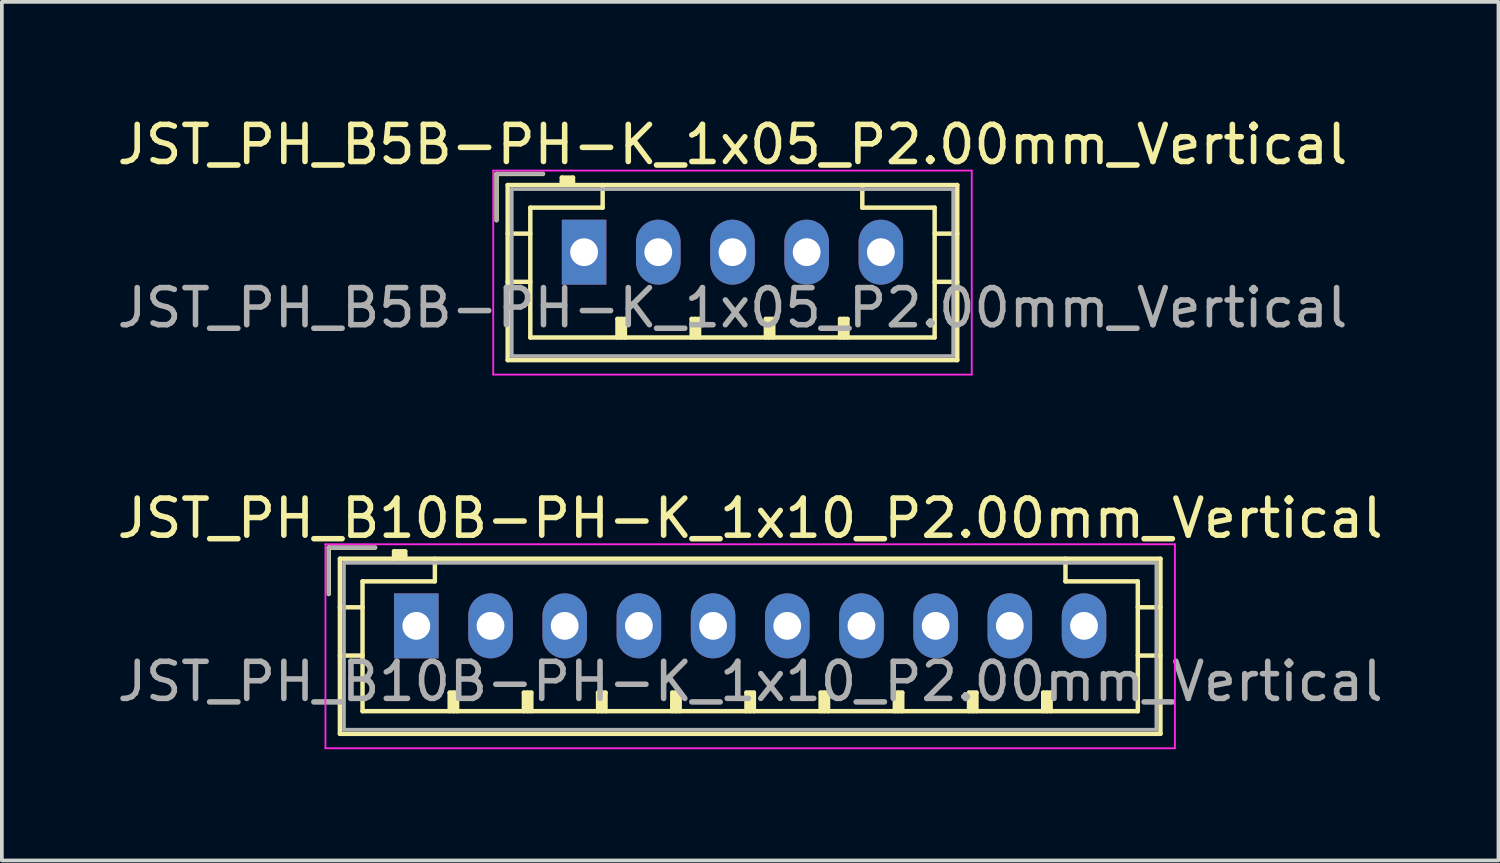
<source format=kicad_pcb>
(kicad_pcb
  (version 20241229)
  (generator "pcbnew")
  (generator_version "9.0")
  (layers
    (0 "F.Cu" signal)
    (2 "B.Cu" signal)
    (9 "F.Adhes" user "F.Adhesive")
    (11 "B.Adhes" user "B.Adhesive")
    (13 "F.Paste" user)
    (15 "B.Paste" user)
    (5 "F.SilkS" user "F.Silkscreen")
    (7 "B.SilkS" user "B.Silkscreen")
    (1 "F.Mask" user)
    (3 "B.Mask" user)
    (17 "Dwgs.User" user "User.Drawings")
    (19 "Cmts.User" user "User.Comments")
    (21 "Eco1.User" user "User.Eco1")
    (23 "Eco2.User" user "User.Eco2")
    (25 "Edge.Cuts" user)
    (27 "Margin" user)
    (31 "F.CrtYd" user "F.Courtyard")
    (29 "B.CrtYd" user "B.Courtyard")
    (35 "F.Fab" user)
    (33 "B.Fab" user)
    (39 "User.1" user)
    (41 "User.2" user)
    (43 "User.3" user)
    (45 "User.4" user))
  (footprint "JST_PH_B10B-PH-K_1x10_P2.00mm_Vertical"
    (layer "F.Cu")
    (at 8.173 13.822)
    (property "Reference" "JST_PH_B10B-PH-K_1x10_P2.00mm_Vertical" (at 9 -2.9 0) (layer "F.SilkS") (effects (font (size 1 1) (thickness 0.15))))
    (attr through_hole)
    (fp_line (start -2.36 -2.11) (end -2.36 -0.86) (stroke (width 0.12) (type solid)) (layer "F.SilkS"))
    (fp_line (start -2.06 -1.81) (end -2.06 2.91) (stroke (width 0.12) (type solid)) (layer "F.SilkS"))
    (fp_line (start -2.06 -0.5) (end -1.45 -0.5) (stroke (width 0.12) (type solid)) (layer "F.SilkS"))
    (fp_line (start -2.06 0.8) (end -1.45 0.8) (stroke (width 0.12) (type solid)) (layer "F.SilkS"))
    (fp_line (start -2.06 2.91) (end 20.06 2.91) (stroke (width 0.12) (type solid)) (layer "F.SilkS"))
    (fp_line (start -1.45 -1.2) (end -1.45 2.3) (stroke (width 0.12) (type solid)) (layer "F.SilkS"))
    (fp_line (start -1.45 2.3) (end 19.45 2.3) (stroke (width 0.12) (type solid)) (layer "F.SilkS"))
    (fp_line (start -1.11 -2.11) (end -2.36 -2.11) (stroke (width 0.12) (type solid)) (layer "F.SilkS"))
    (fp_line (start -0.6 -2.01) (end -0.6 -1.81) (stroke (width 0.12) (type solid)) (layer "F.SilkS"))
    (fp_line (start -0.3 -2.01) (end -0.6 -2.01) (stroke (width 0.12) (type solid)) (layer "F.SilkS"))
    (fp_line (start -0.3 -1.91) (end -0.6 -1.91) (stroke (width 0.12) (type solid)) (layer "F.SilkS"))
    (fp_line (start -0.3 -1.81) (end -0.3 -2.01) (stroke (width 0.12) (type solid)) (layer "F.SilkS"))
    (fp_line (start 0.5 -1.81) (end 0.5 -1.2) (stroke (width 0.12) (type solid)) (layer "F.SilkS"))
    (fp_line (start 0.5 -1.2) (end -1.45 -1.2) (stroke (width 0.12) (type solid)) (layer "F.SilkS"))
    (fp_line (start 0.9 1.8) (end 1.1 1.8) (stroke (width 0.12) (type solid)) (layer "F.SilkS"))
    (fp_line (start 0.9 2.3) (end 0.9 1.8) (stroke (width 0.12) (type solid)) (layer "F.SilkS"))
    (fp_line (start 1 2.3) (end 1 1.8) (stroke (width 0.12) (type solid)) (layer "F.SilkS"))
    (fp_line (start 1.1 1.8) (end 1.1 2.3) (stroke (width 0.12) (type solid)) (layer "F.SilkS"))
    (fp_line (start 2.9 1.8) (end 3.1 1.8) (stroke (width 0.12) (type solid)) (layer "F.SilkS"))
    (fp_line (start 2.9 2.3) (end 2.9 1.8) (stroke (width 0.12) (type solid)) (layer "F.SilkS"))
    (fp_line (start 3 2.3) (end 3 1.8) (stroke (width 0.12) (type solid)) (layer "F.SilkS"))
    (fp_line (start 3.1 1.8) (end 3.1 2.3) (stroke (width 0.12) (type solid)) (layer "F.SilkS"))
    (fp_line (start 4.9 1.8) (end 5.1 1.8) (stroke (width 0.12) (type solid)) (layer "F.SilkS"))
    (fp_line (start 4.9 2.3) (end 4.9 1.8) (stroke (width 0.12) (type solid)) (layer "F.SilkS"))
    (fp_line (start 5 2.3) (end 5 1.8) (stroke (width 0.12) (type solid)) (layer "F.SilkS"))
    (fp_line (start 5.1 1.8) (end 5.1 2.3) (stroke (width 0.12) (type solid)) (layer "F.SilkS"))
    (fp_line (start 6.9 1.8) (end 7.1 1.8) (stroke (width 0.12) (type solid)) (layer "F.SilkS"))
    (fp_line (start 6.9 2.3) (end 6.9 1.8) (stroke (width 0.12) (type solid)) (layer "F.SilkS"))
    (fp_line (start 7 2.3) (end 7 1.8) (stroke (width 0.12) (type solid)) (layer "F.SilkS"))
    (fp_line (start 7.1 1.8) (end 7.1 2.3) (stroke (width 0.12) (type solid)) (layer "F.SilkS"))
    (fp_line (start 8.9 1.8) (end 9.1 1.8) (stroke (width 0.12) (type solid)) (layer "F.SilkS"))
    (fp_line (start 8.9 2.3) (end 8.9 1.8) (stroke (width 0.12) (type solid)) (layer "F.SilkS"))
    (fp_line (start 9 2.3) (end 9 1.8) (stroke (width 0.12) (type solid)) (layer "F.SilkS"))
    (fp_line (start 9.1 1.8) (end 9.1 2.3) (stroke (width 0.12) (type solid)) (layer "F.SilkS"))
    (fp_line (start 10.9 1.8) (end 11.1 1.8) (stroke (width 0.12) (type solid)) (layer "F.SilkS"))
    (fp_line (start 10.9 2.3) (end 10.9 1.8) (stroke (width 0.12) (type solid)) (layer "F.SilkS"))
    (fp_line (start 11 2.3) (end 11 1.8) (stroke (width 0.12) (type solid)) (layer "F.SilkS"))
    (fp_line (start 11.1 1.8) (end 11.1 2.3) (stroke (width 0.12) (type solid)) (layer "F.SilkS"))
    (fp_line (start 12.9 1.8) (end 13.1 1.8) (stroke (width 0.12) (type solid)) (layer "F.SilkS"))
    (fp_line (start 12.9 2.3) (end 12.9 1.8) (stroke (width 0.12) (type solid)) (layer "F.SilkS"))
    (fp_line (start 13 2.3) (end 13 1.8) (stroke (width 0.12) (type solid)) (layer "F.SilkS"))
    (fp_line (start 13.1 1.8) (end 13.1 2.3) (stroke (width 0.12) (type solid)) (layer "F.SilkS"))
    (fp_line (start 14.9 1.8) (end 15.1 1.8) (stroke (width 0.12) (type solid)) (layer "F.SilkS"))
    (fp_line (start 14.9 2.3) (end 14.9 1.8) (stroke (width 0.12) (type solid)) (layer "F.SilkS"))
    (fp_line (start 15 2.3) (end 15 1.8) (stroke (width 0.12) (type solid)) (layer "F.SilkS"))
    (fp_line (start 15.1 1.8) (end 15.1 2.3) (stroke (width 0.12) (type solid)) (layer "F.SilkS"))
    (fp_line (start 16.9 1.8) (end 17.1 1.8) (stroke (width 0.12) (type solid)) (layer "F.SilkS"))
    (fp_line (start 16.9 2.3) (end 16.9 1.8) (stroke (width 0.12) (type solid)) (layer "F.SilkS"))
    (fp_line (start 17 2.3) (end 17 1.8) (stroke (width 0.12) (type solid)) (layer "F.SilkS"))
    (fp_line (start 17.1 1.8) (end 17.1 2.3) (stroke (width 0.12) (type solid)) (layer "F.SilkS"))
    (fp_line (start 17.5 -1.2) (end 17.5 -1.81) (stroke (width 0.12) (type solid)) (layer "F.SilkS"))
    (fp_line (start 19.45 -1.2) (end 17.5 -1.2) (stroke (width 0.12) (type solid)) (layer "F.SilkS"))
    (fp_line (start 19.45 2.3) (end 19.45 -1.2) (stroke (width 0.12) (type solid)) (layer "F.SilkS"))
    (fp_line (start 20.06 -1.81) (end -2.06 -1.81) (stroke (width 0.12) (type solid)) (layer "F.SilkS"))
    (fp_line (start 20.06 -0.5) (end 19.45 -0.5) (stroke (width 0.12) (type solid)) (layer "F.SilkS"))
    (fp_line (start 20.06 0.8) (end 19.45 0.8) (stroke (width 0.12) (type solid)) (layer "F.SilkS"))
    (fp_line (start 20.06 2.91) (end 20.06 -1.81) (stroke (width 0.12) (type solid)) (layer "F.SilkS"))
    (fp_line (start -2.45 -2.2) (end -2.45 3.3) (stroke (width 0.05) (type solid)) (layer "F.CrtYd"))
    (fp_line (start -2.45 3.3) (end 20.45 3.3) (stroke (width 0.05) (type solid)) (layer "F.CrtYd"))
    (fp_line (start 20.45 -2.2) (end -2.45 -2.2) (stroke (width 0.05) (type solid)) (layer "F.CrtYd"))
    (fp_line (start 20.45 3.3) (end 20.45 -2.2) (stroke (width 0.05) (type solid)) (layer "F.CrtYd"))
    (fp_line (start -2.36 -2.11) (end -2.36 -0.86) (stroke (width 0.1) (type solid)) (layer "F.Fab"))
    (fp_line (start -1.95 -1.7) (end -1.95 2.8) (stroke (width 0.1) (type solid)) (layer "F.Fab"))
    (fp_line (start -1.95 2.8) (end 19.95 2.8) (stroke (width 0.1) (type solid)) (layer "F.Fab"))
    (fp_line (start -1.11 -2.11) (end -2.36 -2.11) (stroke (width 0.1) (type solid)) (layer "F.Fab"))
    (fp_line (start 19.95 -1.7) (end -1.95 -1.7) (stroke (width 0.1) (type solid)) (layer "F.Fab"))
    (fp_line (start 19.95 2.8) (end 19.95 -1.7) (stroke (width 0.1) (type solid)) (layer "F.Fab"))
    (fp_text user "${REFERENCE}" (at 9 1.5 0) (layer "F.Fab") (effects (font (size 1 1) (thickness 0.15))))
    (pad "1" thru_hole rect (at 0 0) (size 1.2 1.75) (drill 0.75) (layers "*.Cu" "*.Mask"))
    (pad "2" thru_hole oval (at 2 0) (size 1.2 1.75) (drill 0.75) (layers "*.Cu" "*.Mask"))
    (pad "3" thru_hole oval (at 4 0) (size 1.2 1.75) (drill 0.75) (layers "*.Cu" "*.Mask"))
    (pad "4" thru_hole oval (at 6 0) (size 1.2 1.75) (drill 0.75) (layers "*.Cu" "*.Mask"))
    (pad "5" thru_hole oval (at 8 0) (size 1.2 1.75) (drill 0.75) (layers "*.Cu" "*.Mask"))
    (pad "6" thru_hole oval (at 10 0) (size 1.2 1.75) (drill 0.75) (layers "*.Cu" "*.Mask"))
    (pad "7" thru_hole oval (at 12 0) (size 1.2 1.75) (drill 0.75) (layers "*.Cu" "*.Mask"))
    (pad "8" thru_hole oval (at 14 0) (size 1.2 1.75) (drill 0.75) (layers "*.Cu" "*.Mask"))
    (pad "9" thru_hole oval (at 16 0) (size 1.2 1.75) (drill 0.75) (layers "*.Cu" "*.Mask"))
    (pad "10" thru_hole oval (at 18 0) (size 1.2 1.75) (drill 0.75) (layers "*.Cu" "*.Mask")))
  (footprint "JST_PH_B5B-PH-K_1x05_P2.00mm_Vertical"
    (layer "F.Cu")
    (at 12.696 3.748)
    (property "Reference" "JST_PH_B5B-PH-K_1x05_P2.00mm_Vertical" (at 4 -2.9 0) (layer "F.SilkS") (effects (font (size 1 1) (thickness 0.15))))
    (attr through_hole)
    (fp_line (start -2.36 -2.11) (end -2.36 -0.86) (stroke (width 0.12) (type solid)) (layer "F.SilkS"))
    (fp_line (start -2.06 -1.81) (end -2.06 2.91) (stroke (width 0.12) (type solid)) (layer "F.SilkS"))
    (fp_line (start -2.06 -0.5) (end -1.45 -0.5) (stroke (width 0.12) (type solid)) (layer "F.SilkS"))
    (fp_line (start -2.06 0.8) (end -1.45 0.8) (stroke (width 0.12) (type solid)) (layer "F.SilkS"))
    (fp_line (start -2.06 2.91) (end 10.06 2.91) (stroke (width 0.12) (type solid)) (layer "F.SilkS"))
    (fp_line (start -1.45 -1.2) (end -1.45 2.3) (stroke (width 0.12) (type solid)) (layer "F.SilkS"))
    (fp_line (start -1.45 2.3) (end 9.45 2.3) (stroke (width 0.12) (type solid)) (layer "F.SilkS"))
    (fp_line (start -1.11 -2.11) (end -2.36 -2.11) (stroke (width 0.12) (type solid)) (layer "F.SilkS"))
    (fp_line (start -0.6 -2.01) (end -0.6 -1.81) (stroke (width 0.12) (type solid)) (layer "F.SilkS"))
    (fp_line (start -0.3 -2.01) (end -0.6 -2.01) (stroke (width 0.12) (type solid)) (layer "F.SilkS"))
    (fp_line (start -0.3 -1.91) (end -0.6 -1.91) (stroke (width 0.12) (type solid)) (layer "F.SilkS"))
    (fp_line (start -0.3 -1.81) (end -0.3 -2.01) (stroke (width 0.12) (type solid)) (layer "F.SilkS"))
    (fp_line (start 0.5 -1.81) (end 0.5 -1.2) (stroke (width 0.12) (type solid)) (layer "F.SilkS"))
    (fp_line (start 0.5 -1.2) (end -1.45 -1.2) (stroke (width 0.12) (type solid)) (layer "F.SilkS"))
    (fp_line (start 0.9 1.8) (end 1.1 1.8) (stroke (width 0.12) (type solid)) (layer "F.SilkS"))
    (fp_line (start 0.9 2.3) (end 0.9 1.8) (stroke (width 0.12) (type solid)) (layer "F.SilkS"))
    (fp_line (start 1 2.3) (end 1 1.8) (stroke (width 0.12) (type solid)) (layer "F.SilkS"))
    (fp_line (start 1.1 1.8) (end 1.1 2.3) (stroke (width 0.12) (type solid)) (layer "F.SilkS"))
    (fp_line (start 2.9 1.8) (end 3.1 1.8) (stroke (width 0.12) (type solid)) (layer "F.SilkS"))
    (fp_line (start 2.9 2.3) (end 2.9 1.8) (stroke (width 0.12) (type solid)) (layer "F.SilkS"))
    (fp_line (start 3 2.3) (end 3 1.8) (stroke (width 0.12) (type solid)) (layer "F.SilkS"))
    (fp_line (start 3.1 1.8) (end 3.1 2.3) (stroke (width 0.12) (type solid)) (layer "F.SilkS"))
    (fp_line (start 4.9 1.8) (end 5.1 1.8) (stroke (width 0.12) (type solid)) (layer "F.SilkS"))
    (fp_line (start 4.9 2.3) (end 4.9 1.8) (stroke (width 0.12) (type solid)) (layer "F.SilkS"))
    (fp_line (start 5 2.3) (end 5 1.8) (stroke (width 0.12) (type solid)) (layer "F.SilkS"))
    (fp_line (start 5.1 1.8) (end 5.1 2.3) (stroke (width 0.12) (type solid)) (layer "F.SilkS"))
    (fp_line (start 6.9 1.8) (end 7.1 1.8) (stroke (width 0.12) (type solid)) (layer "F.SilkS"))
    (fp_line (start 6.9 2.3) (end 6.9 1.8) (stroke (width 0.12) (type solid)) (layer "F.SilkS"))
    (fp_line (start 7 2.3) (end 7 1.8) (stroke (width 0.12) (type solid)) (layer "F.SilkS"))
    (fp_line (start 7.1 1.8) (end 7.1 2.3) (stroke (width 0.12) (type solid)) (layer "F.SilkS"))
    (fp_line (start 7.5 -1.2) (end 7.5 -1.81) (stroke (width 0.12) (type solid)) (layer "F.SilkS"))
    (fp_line (start 9.45 -1.2) (end 7.5 -1.2) (stroke (width 0.12) (type solid)) (layer "F.SilkS"))
    (fp_line (start 9.45 2.3) (end 9.45 -1.2) (stroke (width 0.12) (type solid)) (layer "F.SilkS"))
    (fp_line (start 10.06 -1.81) (end -2.06 -1.81) (stroke (width 0.12) (type solid)) (layer "F.SilkS"))
    (fp_line (start 10.06 -0.5) (end 9.45 -0.5) (stroke (width 0.12) (type solid)) (layer "F.SilkS"))
    (fp_line (start 10.06 0.8) (end 9.45 0.8) (stroke (width 0.12) (type solid)) (layer "F.SilkS"))
    (fp_line (start 10.06 2.91) (end 10.06 -1.81) (stroke (width 0.12) (type solid)) (layer "F.SilkS"))
    (fp_line (start -2.45 -2.2) (end -2.45 3.3) (stroke (width 0.05) (type solid)) (layer "F.CrtYd"))
    (fp_line (start -2.45 3.3) (end 10.45 3.3) (stroke (width 0.05) (type solid)) (layer "F.CrtYd"))
    (fp_line (start 10.45 -2.2) (end -2.45 -2.2) (stroke (width 0.05) (type solid)) (layer "F.CrtYd"))
    (fp_line (start 10.45 3.3) (end 10.45 -2.2) (stroke (width 0.05) (type solid)) (layer "F.CrtYd"))
    (fp_line (start -2.36 -2.11) (end -2.36 -0.86) (stroke (width 0.1) (type solid)) (layer "F.Fab"))
    (fp_line (start -1.95 -1.7) (end -1.95 2.8) (stroke (width 0.1) (type solid)) (layer "F.Fab"))
    (fp_line (start -1.95 2.8) (end 9.95 2.8) (stroke (width 0.1) (type solid)) (layer "F.Fab"))
    (fp_line (start -1.11 -2.11) (end -2.36 -2.11) (stroke (width 0.1) (type solid)) (layer "F.Fab"))
    (fp_line (start 9.95 -1.7) (end -1.95 -1.7) (stroke (width 0.1) (type solid)) (layer "F.Fab"))
    (fp_line (start 9.95 2.8) (end 9.95 -1.7) (stroke (width 0.1) (type solid)) (layer "F.Fab"))
    (fp_text user "${REFERENCE}" (at 4 1.5 0) (layer "F.Fab") (effects (font (size 1 1) (thickness 0.15))))
    (pad "1" thru_hole rect (at 0 0) (size 1.2 1.75) (drill 0.75) (layers "*.Cu" "*.Mask"))
    (pad "2" thru_hole oval (at 2 0) (size 1.2 1.75) (drill 0.75) (layers "*.Cu" "*.Mask"))
    (pad "3" thru_hole oval (at 4 0) (size 1.2 1.75) (drill 0.75) (layers "*.Cu" "*.Mask"))
    (pad "4" thru_hole oval (at 6 0) (size 1.2 1.75) (drill 0.75) (layers "*.Cu" "*.Mask"))
    (pad "5" thru_hole oval (at 8 0) (size 1.2 1.75) (drill 0.75) (layers "*.Cu" "*.Mask")))
  (gr_rect
    (start -3 -3)
    (end 37.345 20.146)
    (stroke (width 0.1) (type default))
    (fill no)
    (layer "Edge.Cuts")))
</source>
